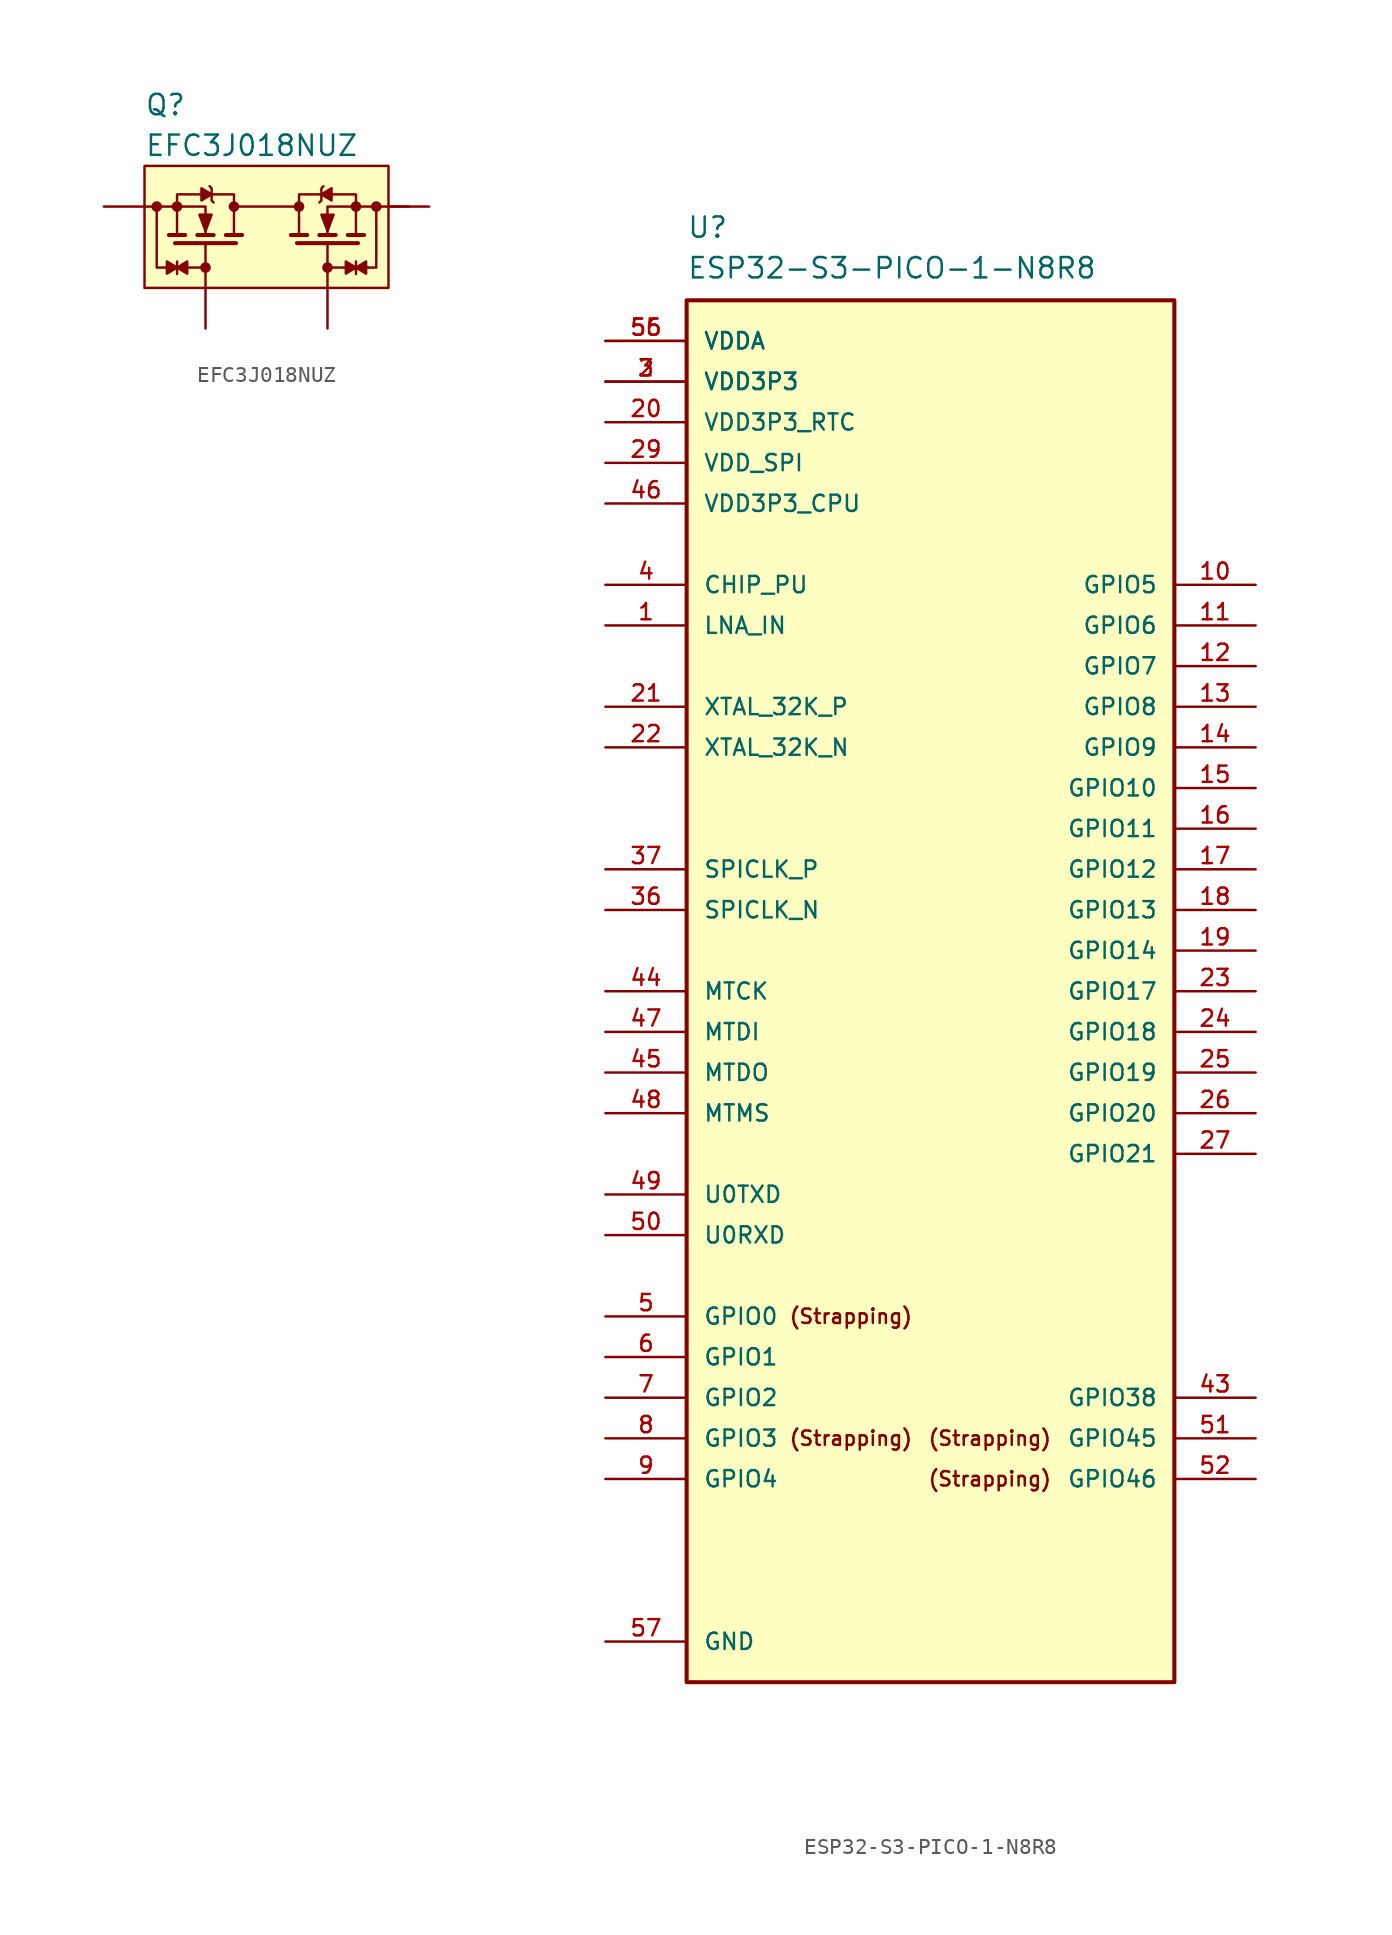
<source format=kicad_sym>
(kicad_symbol_lib
  (version 20241209)
  (generator "kicad_symbol_editor")
  (generator_version "9.0")
  (symbol "EFC3J018NUZ"
    (pin_numbers
      (hide yes))
    (pin_names
      (offset 0)
      (hide yes))
    (property "Reference" "Q"
      (at -7.62 7.62 0)
      (do_not_autoplace)
      (effects (font (size 1.27 1.27)) (justify left)))
    (property "Value" "EFC3J018NUZ"
      (at -7.62 5.08 0)
      (do_not_autoplace)
      (effects (font (size 1.27 1.27)) (justify left)))
    (symbol "EFC3J018NUZ_0_1"
      (circle (center -6.858 1.27) (radius 0.254) (stroke (width 0) (type default)) (fill (type outline)))
      (polyline (pts (xy -6.858 1.27) (xy -3.81 1.27) (xy -3.81 -0.508)) (stroke (width 0) (type default)) (fill (type none)))
      (circle (center -5.588 1.27) (radius 0.254) (stroke (width 0) (type default)) (fill (type outline)))
      (polyline (pts (xy -5.588 -0.508) (xy -5.588 2.032) (xy -2.032 2.032) (xy -2.032 -0.508)) (stroke (width 0) (type default)) (fill (type none)))
      (polyline (pts (xy -5.588 -2.159) (xy -5.588 -2.946)) (stroke (width 0) (type default)) (fill (type none)))
      (polyline (pts (xy -5.08 -0.508) (xy -6.096 -0.508)) (stroke (width 0.254) (type default)) (fill (type none)))
      (polyline (pts (xy -3.81 -0.254) (xy -3.429 0.762) (xy -4.191 0.762) (xy -3.81 -0.254)) (stroke (width 0) (type default)) (fill (type outline)))
      (polyline (pts (xy -3.81 -1.016) (xy -3.81 -3.81)) (stroke (width 0) (type default)) (fill (type none)))
      (circle (center -3.81 -2.54) (radius 0.254) (stroke (width 0) (type default)) (fill (type outline)))
      (polyline (pts (xy -3.302 1.524) (xy -3.429 1.651) (xy -3.429 2.413) (xy -3.556 2.54)) (stroke (width 0) (type default)) (fill (type none)))
      (polyline (pts (xy -3.302 -0.508) (xy -4.318 -0.508)) (stroke (width 0.254) (type default)) (fill (type none)))
      (circle (center -2.032 1.27) (radius 0.254) (stroke (width 0) (type default)) (fill (type outline)))
      (polyline (pts (xy -2.032 1.27) (xy 2.032 1.27)) (stroke (width 0) (type default)) (fill (type none)))
      (polyline (pts (xy -1.905 -1.016) (xy -5.715 -1.016)) (stroke (width 0.254) (type default)) (fill (type none)))
      (polyline (pts (xy -1.524 -0.508) (xy -2.54 -0.508)) (stroke (width 0.254) (type default)) (fill (type none)))
      (polyline (pts (xy 1.524 -0.508) (xy 2.54 -0.508)) (stroke (width 0.254) (type default)) (fill (type none)))
      (polyline (pts (xy 1.905 -1.016) (xy 5.715 -1.016)) (stroke (width 0.254) (type default)) (fill (type none)))
      (circle (center 2.032 1.27) (radius 0.254) (stroke (width 0) (type default)) (fill (type outline)))
      (polyline (pts (xy 3.302 1.524) (xy 3.429 1.651) (xy 3.429 2.413) (xy 3.556 2.54)) (stroke (width 0) (type default)) (fill (type none)))
      (polyline (pts (xy 3.302 -0.508) (xy 4.318 -0.508)) (stroke (width 0.254) (type default)) (fill (type none)))
      (polyline (pts (xy 3.81 -0.254) (xy 3.429 0.762) (xy 4.191 0.762) (xy 3.81 -0.254)) (stroke (width 0) (type default)) (fill (type outline)))
      (polyline (pts (xy 3.81 -1.016) (xy 3.81 -3.81)) (stroke (width 0) (type default)) (fill (type none)))
      (circle (center 3.81 -2.54) (radius 0.254) (stroke (width 0) (type default)) (fill (type outline)))
      (polyline (pts (xy 5.08 -0.508) (xy 6.096 -0.508)) (stroke (width 0.254) (type default)) (fill (type none)))
      (circle (center 5.588 1.27) (radius 0.254) (stroke (width 0) (type default)) (fill (type outline)))
      (polyline (pts (xy 5.588 -0.508) (xy 5.588 2.032) (xy 2.032 2.032) (xy 2.032 -0.508)) (stroke (width 0) (type default)) (fill (type none)))
      (polyline (pts (xy 5.588 -2.159) (xy 5.588 -2.946)) (stroke (width 0) (type default)) (fill (type none)))
      (polyline (pts (xy 6.858 1.27) (xy 3.81 1.27) (xy 3.81 -0.508)) (stroke (width 0) (type default)) (fill (type none)))
      (circle (center 6.858 1.27) (radius 0.254) (stroke (width 0) (type default)) (fill (type outline))))
    (symbol "EFC3J018NUZ_1_1"
      (rectangle (start -7.62 3.81) (end 7.62 -3.81) (stroke (width 0) (type default)) (fill (type background)))
      (polyline (pts (xy -6.858 1.27) (xy -7.62 1.27)) (stroke (width 0) (type default)) (fill (type none)))
      (polyline (pts (xy -5.588 -2.54) (xy -3.81 -2.54)) (stroke (width 0) (type default)) (fill (type none)))
      (polyline (pts (xy -5.588 -2.54) (xy -6.858 -2.54) (xy -6.858 1.27)) (stroke (width 0) (type default)) (fill (type none)))
      (polyline (pts (xy -5.588 -2.54) (xy -6.223 -2.921) (xy -6.223 -2.159) (xy -5.588 -2.54)) (stroke (width 0) (type default)) (fill (type outline)))
      (polyline (pts (xy -5.588 -2.54) (xy -4.953 -2.159) (xy -4.953 -2.921) (xy -5.588 -2.54)) (stroke (width 0) (type default)) (fill (type outline)))
      (polyline (pts (xy -3.429 2.032) (xy -4.064 1.651) (xy -4.064 2.413) (xy -3.429 2.032)) (stroke (width 0) (type default)) (fill (type outline)))
      (polyline (pts (xy 3.429 2.032) (xy 4.064 1.651) (xy 4.064 2.413) (xy 3.429 2.032)) (stroke (width 0) (type default)) (fill (type outline)))
      (polyline (pts (xy 5.588 -2.54) (xy 6.858 -2.54) (xy 6.858 1.27)) (stroke (width 0) (type default)) (fill (type none)))
      (polyline (pts (xy 5.588 -2.54) (xy 4.953 -2.159) (xy 4.953 -2.921) (xy 5.588 -2.54)) (stroke (width 0) (type default)) (fill (type outline)))
      (polyline (pts (xy 5.588 -2.54) (xy 6.223 -2.921) (xy 6.223 -2.159) (xy 5.588 -2.54)) (stroke (width 0) (type default)) (fill (type outline)))
      (polyline (pts (xy 6.35 -2.54) (xy 3.81 -2.54)) (stroke (width 0) (type default)) (fill (type none)))
      (polyline (pts (xy 8.89 1.27) (xy 6.858 1.27)) (stroke (width 0) (type default)) (fill (type none)))
      (pin passive line (at -10.16 1.27 0) (length 2.54) (name "S2" (effects (font (size 1.27 1.27)))) (number "4,6" (effects (font (size 1.27 1.27)))))
      (pin input line (at -3.81 -6.35 90) (length 2.54) (name "G2" (effects (font (size 1.27 1.27)))) (number "5" (effects (font (size 1.27 1.27)))))
      (pin input line (at 3.81 -6.35 90) (length 2.54) (name "G1" (effects (font (size 1.27 1.27)))) (number "2" (effects (font (size 1.27 1.27)))))
      (pin passive line (at 10.16 1.27 180) (length 2.54) (name "S1" (effects (font (size 1.27 1.27)))) (number "1,3" (effects (font (size 1.27 1.27)))))))
  (symbol "ESP32-S3-PICO-1-N8R8"
    (pin_names
      (offset 1.016))
    (property "Reference" "U"
      (at -15.24 46.99 0)
      (effects (font (size 1.27 1.27)) (justify left bottom)))
    (property "Value" "ESP32-S3-PICO-1-N8R8"
      (at -15.24 44.45 0)
      (effects (font (size 1.27 1.27)) (justify left bottom)))
    (symbol "ESP32-S3-PICO-1-N8R8_0_0"
      (rectangle (start -15.24 43.18) (end 15.24 -43.18) (stroke (width 0.254) (type default)) (fill (type background)))
      (pin power_in line (at -20.32 40.64 0) (length 5.08) (name "VDDA" (effects (font (size 1.016 1.016)))) (number "55" (effects (font (size 1.016 1.016)))))
      (pin power_in line (at -20.32 40.64 0) (length 5.08) (name "VDDA" (effects (font (size 1.016 1.016)))) (number "56" (effects (font (size 1.016 1.016)))))
      (pin power_in line (at -20.32 38.1 0) (length 5.08) (name "VDD3P3" (effects (font (size 1.016 1.016)))) (number "2" (effects (font (size 1.016 1.016)))))
      (pin power_in line (at -20.32 38.1 0) (length 5.08) (name "VDD3P3" (effects (font (size 1.016 1.016)))) (number "3" (effects (font (size 1.016 1.016)))))
      (pin power_in line (at -20.32 35.56 0) (length 5.08) (name "VDD3P3_RTC" (effects (font (size 1.016 1.016)))) (number "20" (effects (font (size 1.016 1.016)))))
      (pin power_in line (at -20.32 33.02 0) (length 5.08) (name "VDD_SPI" (effects (font (size 1.016 1.016)))) (number "29" (effects (font (size 1.016 1.016)))))
      (pin power_in line (at -20.32 30.48 0) (length 5.08) (name "VDD3P3_CPU" (effects (font (size 1.016 1.016)))) (number "46" (effects (font (size 1.016 1.016)))))
      (pin input line (at -20.32 25.4 0) (length 5.08) (name "CHIP_PU" (effects (font (size 1.016 1.016)))) (number "4" (effects (font (size 1.016 1.016)))))
      (pin bidirectional line (at -20.32 22.86 0) (length 5.08) (name "LNA_IN" (effects (font (size 1.016 1.016)))) (number "1" (effects (font (size 1.016 1.016)))))
      (pin bidirectional line (at -20.32 17.78 0) (length 5.08) (name "XTAL_32K_P" (effects (font (size 1.016 1.016)))) (number "21" (effects (font (size 1.016 1.016)))))
      (pin bidirectional line (at -20.32 15.24 0) (length 5.08) (name "XTAL_32K_N" (effects (font (size 1.016 1.016)))) (number "22" (effects (font (size 1.016 1.016)))))
      (pin bidirectional line (at -20.32 7.62 0) (length 5.08) (name "SPICLK_P" (effects (font (size 1.016 1.016)))) (number "37" (effects (font (size 1.016 1.016)))))
      (pin bidirectional line (at -20.32 5.08 0) (length 5.08) (name "SPICLK_N" (effects (font (size 1.016 1.016)))) (number "36" (effects (font (size 1.016 1.016)))))
      (pin bidirectional line (at -20.32 0 0) (length 5.08) (name "MTCK" (effects (font (size 1.016 1.016)))) (number "44" (effects (font (size 1.016 1.016)))))
      (pin bidirectional line (at -20.32 -2.54 0) (length 5.08) (name "MTDI" (effects (font (size 1.016 1.016)))) (number "47" (effects (font (size 1.016 1.016)))))
      (pin bidirectional line (at -20.32 -5.08 0) (length 5.08) (name "MTDO" (effects (font (size 1.016 1.016)))) (number "45" (effects (font (size 1.016 1.016)))))
      (pin bidirectional line (at -20.32 -7.62 0) (length 5.08) (name "MTMS" (effects (font (size 1.016 1.016)))) (number "48" (effects (font (size 1.016 1.016)))))
      (pin bidirectional line (at -20.32 -12.7 0) (length 5.08) (name "U0TXD" (effects (font (size 1.016 1.016)))) (number "49" (effects (font (size 1.016 1.016)))))
      (pin bidirectional line (at -20.32 -15.24 0) (length 5.08) (name "U0RXD" (effects (font (size 1.016 1.016)))) (number "50" (effects (font (size 1.016 1.016)))))
      (pin bidirectional line (at -20.32 -20.32 0) (length 5.08) (name "GPIO0" (effects (font (size 1.016 1.016)))) (number "5" (effects (font (size 1.016 1.016)))))
      (pin bidirectional line (at -20.32 -22.86 0) (length 5.08) (name "GPIO1" (effects (font (size 1.016 1.016)))) (number "6" (effects (font (size 1.016 1.016)))))
      (pin bidirectional line (at -20.32 -25.4 0) (length 5.08) (name "GPIO2" (effects (font (size 1.016 1.016)))) (number "7" (effects (font (size 1.016 1.016)))))
      (pin bidirectional line (at -20.32 -27.94 0) (length 5.08) (name "GPIO3" (effects (font (size 1.016 1.016)))) (number "8" (effects (font (size 1.016 1.016)))))
      (pin bidirectional line (at -20.32 -30.48 0) (length 5.08) (name "GPIO4" (effects (font (size 1.016 1.016)))) (number "9" (effects (font (size 1.016 1.016)))))
      (pin power_in line (at -20.32 -40.64 0) (length 5.08) (name "GND" (effects (font (size 1.016 1.016)))) (number "57" (effects (font (size 1.016 1.016)))))
      (pin bidirectional line (at 20.32 25.4 180) (length 5.08) (name "GPIO5" (effects (font (size 1.016 1.016)))) (number "10" (effects (font (size 1.016 1.016)))))
      (pin bidirectional line (at 20.32 22.86 180) (length 5.08) (name "GPIO6" (effects (font (size 1.016 1.016)))) (number "11" (effects (font (size 1.016 1.016)))))
      (pin bidirectional line (at 20.32 20.32 180) (length 5.08) (name "GPIO7" (effects (font (size 1.016 1.016)))) (number "12" (effects (font (size 1.016 1.016)))))
      (pin bidirectional line (at 20.32 17.78 180) (length 5.08) (name "GPIO8" (effects (font (size 1.016 1.016)))) (number "13" (effects (font (size 1.016 1.016)))))
      (pin bidirectional line (at 20.32 15.24 180) (length 5.08) (name "GPIO9" (effects (font (size 1.016 1.016)))) (number "14" (effects (font (size 1.016 1.016)))))
      (pin bidirectional line (at 20.32 12.7 180) (length 5.08) (name "GPIO10" (effects (font (size 1.016 1.016)))) (number "15" (effects (font (size 1.016 1.016)))))
      (pin bidirectional line (at 20.32 10.16 180) (length 5.08) (name "GPIO11" (effects (font (size 1.016 1.016)))) (number "16" (effects (font (size 1.016 1.016)))))
      (pin bidirectional line (at 20.32 7.62 180) (length 5.08) (name "GPIO12" (effects (font (size 1.016 1.016)))) (number "17" (effects (font (size 1.016 1.016)))))
      (pin bidirectional line (at 20.32 5.08 180) (length 5.08) (name "GPIO13" (effects (font (size 1.016 1.016)))) (number "18" (effects (font (size 1.016 1.016)))))
      (pin bidirectional line (at 20.32 2.54 180) (length 5.08) (name "GPIO14" (effects (font (size 1.016 1.016)))) (number "19" (effects (font (size 1.016 1.016)))))
      (pin bidirectional line (at 20.32 0 180) (length 5.08) (name "GPIO17" (effects (font (size 1.016 1.016)))) (number "23" (effects (font (size 1.016 1.016)))))
      (pin bidirectional line (at 20.32 -2.54 180) (length 5.08) (name "GPIO18" (effects (font (size 1.016 1.016)))) (number "24" (effects (font (size 1.016 1.016)))))
      (pin bidirectional line (at 20.32 -5.08 180) (length 5.08) (name "GPIO19" (effects (font (size 1.016 1.016)))) (number "25" (effects (font (size 1.016 1.016)))))
      (pin bidirectional line (at 20.32 -7.62 180) (length 5.08) (name "GPIO20" (effects (font (size 1.016 1.016)))) (number "26" (effects (font (size 1.016 1.016)))))
      (pin bidirectional line (at 20.32 -10.16 180) (length 5.08) (name "GPIO21" (effects (font (size 1.016 1.016)))) (number "27" (effects (font (size 1.016 1.016)))))
      (pin bidirectional line (at 20.32 -25.4 180) (length 5.08) (name "GPIO38" (effects (font (size 1.016 1.016)))) (number "43" (effects (font (size 1.016 1.016)))))
      (pin bidirectional line (at 20.32 -27.94 180) (length 5.08) (name "GPIO45" (effects (font (size 1.016 1.016)))) (number "51" (effects (font (size 1.016 1.016)))))
      (pin bidirectional line (at 20.32 -30.48 180) (length 5.08) (name "GPIO46" (effects (font (size 1.016 1.016)))) (number "52" (effects (font (size 1.016 1.016))))))
    (symbol "ESP32-S3-PICO-1-N8R8_1_0"
      (pin no_connect line (at -15.24 10.16 0) (length 5.08) (hide yes) (name "SPICS1" (effects (font (size 1.016 1.016)))) (number "28" (effects (font (size 1.016 1.016)))))
      (pin no_connect line (at 15.24 -12.7 180) (length 5.08) (hide yes) (name "GPIO33" (effects (font (size 1.016 1.016)))) (number "38" (effects (font (size 1.016 1.016)))))
      (pin no_connect line (at 15.24 -15.24 180) (length 5.08) (hide yes) (name "GPIO34" (effects (font (size 1.016 1.016)))) (number "39" (effects (font (size 1.016 1.016)))))
      (pin no_connect line (at 15.24 -17.78 180) (length 5.08) (hide yes) (name "GPIO35" (effects (font (size 1.016 1.016)))) (number "40" (effects (font (size 1.016 1.016)))))
      (pin no_connect line (at 15.24 -20.32 180) (length 5.08) (hide yes) (name "GPIO36" (effects (font (size 1.016 1.016)))) (number "41" (effects (font (size 1.016 1.016)))))
      (pin no_connect line (at 15.24 -22.86 180) (length 5.08) (hide yes) (name "GPIO37" (effects (font (size 1.016 1.016)))) (number "42" (effects (font (size 1.016 1.016)))))
      (pin no_connect line (at 15.24 -40.64 180) (length 5.08) (hide yes) (name "NC" (effects (font (size 1.016 1.016)))) (number "30" (effects (font (size 1.016 1.016)))))
      (pin no_connect line (at 15.24 -40.64 180) (length 5.08) (hide yes) (name "NC" (effects (font (size 1.016 1.016)))) (number "31" (effects (font (size 1.016 1.016)))))
      (pin no_connect line (at 15.24 -40.64 180) (length 5.08) (hide yes) (name "NC" (effects (font (size 1.016 1.016)))) (number "32" (effects (font (size 1.016 1.016)))))
      (pin no_connect line (at 15.24 -40.64 180) (length 5.08) (hide yes) (name "NC" (effects (font (size 1.016 1.016)))) (number "33" (effects (font (size 1.016 1.016)))))
      (pin no_connect line (at 15.24 -40.64 180) (length 5.08) (hide yes) (name "NC" (effects (font (size 1.016 1.016)))) (number "34" (effects (font (size 1.016 1.016)))))
      (pin no_connect line (at 15.24 -40.64 180) (length 5.08) (hide yes) (name "NC" (effects (font (size 1.016 1.016)))) (number "35" (effects (font (size 1.016 1.016)))))
      (pin no_connect line (at 15.24 -40.64 180) (length 5.08) (hide yes) (name "NC" (effects (font (size 1.016 1.016)))) (number "53" (effects (font (size 1.016 1.016)))))
      (pin no_connect line (at 15.24 -40.64 180) (length 5.08) (hide yes) (name "NC" (effects (font (size 1.016 1.016)))) (number "54" (effects (font (size 1.016 1.016))))))
    (symbol "ESP32-S3-PICO-1-N8R8_1_1"
      (text "(Strapping)" (at -8.89 -20.32 0) (effects (font (size 0.9 0.9)) (justify left)))
      (text "(Strapping)" (at -8.89 -27.94 0) (effects (font (size 0.9 0.9)) (justify left)))
      (text "(Strapping)" (at 7.62 -27.94 0) (effects (font (size 0.9 0.9)) (justify right)))
      (text "(Strapping)" (at 7.62 -30.48 0) (effects (font (size 0.9 0.9)) (justify right))))))
</source>
